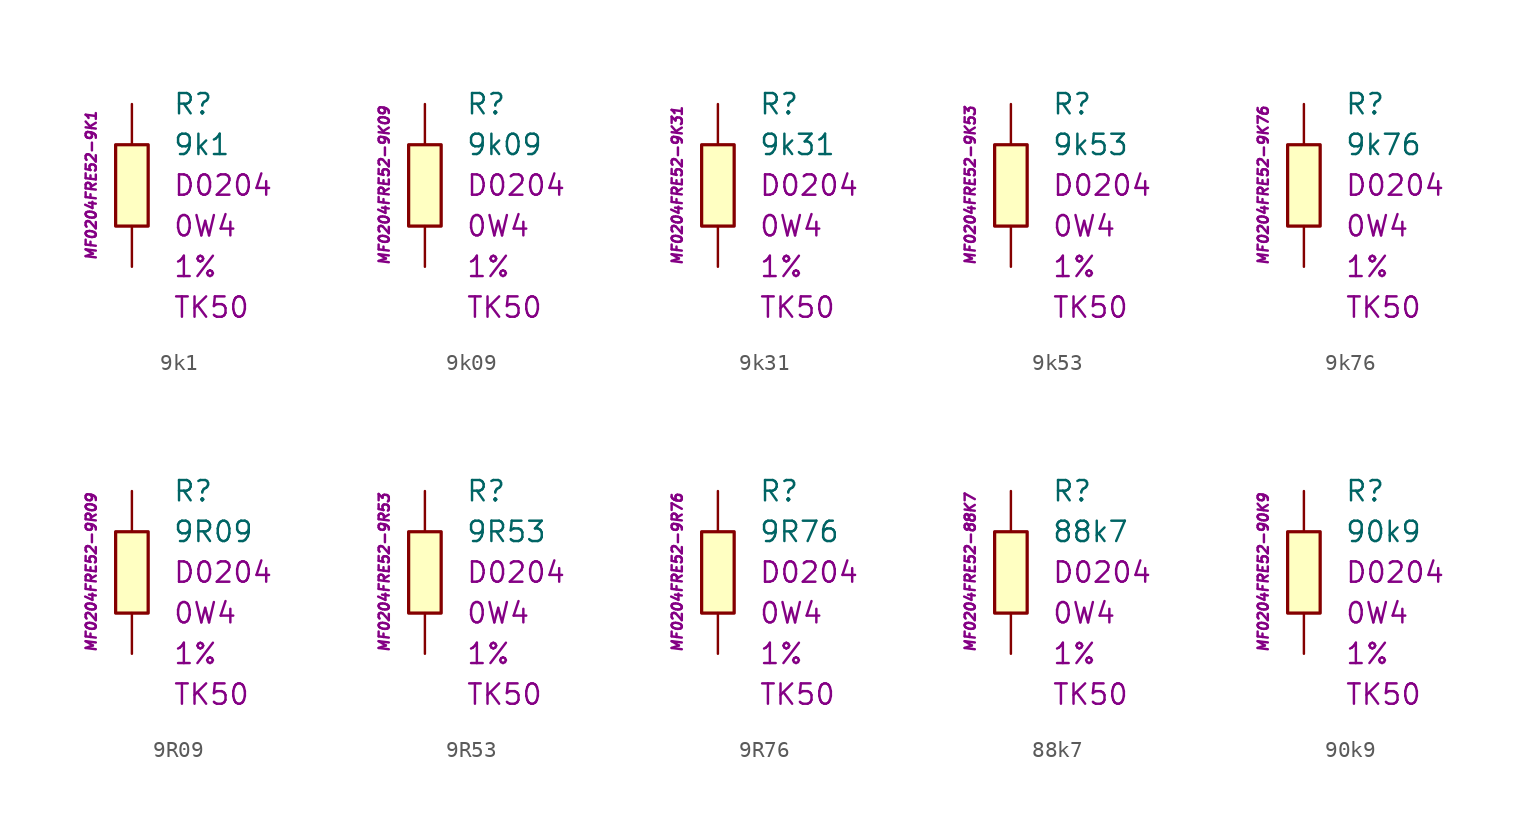
<source format=kicad_sym>
(kicad_symbol_lib
  (version 20201005)
  (generator kicad_symbol_editor)
  (symbol "9k1"
    (pin_numbers hide)
    (pin_names
      (offset 1.016) hide)
    (property "Reference" "R"
      (at 2.54 5.08 0)
      (effects (font (size 1.27 1.27)) (justify left)))
    (property "Value" "9k1"
      (at 2.54 2.54 0)
      (effects (font (size 1.27 1.27)) (justify left)))
    (property "Package" "D0204"
      (at 2.54 0 0)
      (effects (font (size 1.27 1.27)) (justify left)))
    (property "Power" "0W4"
      (at 2.54 -2.54 0)
      (effects (font (size 1.27 1.27)) (justify left)))
    (property "Tolerance" "1%"
      (at 2.54 -5.08 0)
      (effects (font (size 1.27 1.27)) (justify left)))
    (property "TK" "TK50"
      (at 2.54 -7.62 0)
      (effects (font (size 1.27 1.27)) (justify left)))
    (property "ID" "MF0204FRE52-9K1"
      (at -2.54 0 90)
      (effects (font (size 0.635 0.635) italic)))
    (symbol "9k1_0_1"
      (rectangle (start -1.016 2.54) (end 1.016 -2.54) (stroke (width 0.203)) (fill (type background))))
    (symbol "9k1_1_1"
      (pin passive line (at 0 5.08 270) (length 2.54) (name "~" (effects (font (size 1.778 1.778)))) (number "1" (effects (font (size 1.778 1.778)))))
      (pin passive line (at 0 -5.08 90) (length 2.54) (name "~" (effects (font (size 1.778 1.778)))) (number "2" (effects (font (size 1.778 1.778)))))))
  (symbol "9k09"
    (pin_numbers hide)
    (pin_names
      (offset 1.016) hide)
    (property "Reference" "R"
      (at 2.54 5.08 0)
      (effects (font (size 1.27 1.27)) (justify left)))
    (property "Value" "9k09"
      (at 2.54 2.54 0)
      (effects (font (size 1.27 1.27)) (justify left)))
    (property "Package" "D0204"
      (at 2.54 0 0)
      (effects (font (size 1.27 1.27)) (justify left)))
    (property "Power" "0W4"
      (at 2.54 -2.54 0)
      (effects (font (size 1.27 1.27)) (justify left)))
    (property "Tolerance" "1%"
      (at 2.54 -5.08 0)
      (effects (font (size 1.27 1.27)) (justify left)))
    (property "TK" "TK50"
      (at 2.54 -7.62 0)
      (effects (font (size 1.27 1.27)) (justify left)))
    (property "ID" "MF0204FRE52-9K09"
      (at -2.54 0 90)
      (effects (font (size 0.635 0.635) italic)))
    (symbol "9k09_0_1"
      (rectangle (start -1.016 2.54) (end 1.016 -2.54) (stroke (width 0.203)) (fill (type background))))
    (symbol "9k09_1_1"
      (pin passive line (at 0 5.08 270) (length 2.54) (name "~" (effects (font (size 1.778 1.778)))) (number "1" (effects (font (size 1.778 1.778)))))
      (pin passive line (at 0 -5.08 90) (length 2.54) (name "~" (effects (font (size 1.778 1.778)))) (number "2" (effects (font (size 1.778 1.778)))))))
  (symbol "9k31"
    (pin_numbers hide)
    (pin_names
      (offset 1.016) hide)
    (property "Reference" "R"
      (at 2.54 5.08 0)
      (effects (font (size 1.27 1.27)) (justify left)))
    (property "Value" "9k31"
      (at 2.54 2.54 0)
      (effects (font (size 1.27 1.27)) (justify left)))
    (property "Package" "D0204"
      (at 2.54 0 0)
      (effects (font (size 1.27 1.27)) (justify left)))
    (property "Power" "0W4"
      (at 2.54 -2.54 0)
      (effects (font (size 1.27 1.27)) (justify left)))
    (property "Tolerance" "1%"
      (at 2.54 -5.08 0)
      (effects (font (size 1.27 1.27)) (justify left)))
    (property "TK" "TK50"
      (at 2.54 -7.62 0)
      (effects (font (size 1.27 1.27)) (justify left)))
    (property "ID" "MF0204FRE52-9K31"
      (at -2.54 0 90)
      (effects (font (size 0.635 0.635) italic)))
    (symbol "9k31_0_1"
      (rectangle (start -1.016 2.54) (end 1.016 -2.54) (stroke (width 0.203)) (fill (type background))))
    (symbol "9k31_1_1"
      (pin passive line (at 0 5.08 270) (length 2.54) (name "~" (effects (font (size 1.778 1.778)))) (number "1" (effects (font (size 1.778 1.778)))))
      (pin passive line (at 0 -5.08 90) (length 2.54) (name "~" (effects (font (size 1.778 1.778)))) (number "2" (effects (font (size 1.778 1.778)))))))
  (symbol "9k53"
    (pin_numbers hide)
    (pin_names
      (offset 1.016) hide)
    (property "Reference" "R"
      (at 2.54 5.08 0)
      (effects (font (size 1.27 1.27)) (justify left)))
    (property "Value" "9k53"
      (at 2.54 2.54 0)
      (effects (font (size 1.27 1.27)) (justify left)))
    (property "Package" "D0204"
      (at 2.54 0 0)
      (effects (font (size 1.27 1.27)) (justify left)))
    (property "Power" "0W4"
      (at 2.54 -2.54 0)
      (effects (font (size 1.27 1.27)) (justify left)))
    (property "Tolerance" "1%"
      (at 2.54 -5.08 0)
      (effects (font (size 1.27 1.27)) (justify left)))
    (property "TK" "TK50"
      (at 2.54 -7.62 0)
      (effects (font (size 1.27 1.27)) (justify left)))
    (property "ID" "MF0204FRE52-9K53"
      (at -2.54 0 90)
      (effects (font (size 0.635 0.635) italic)))
    (symbol "9k53_0_1"
      (rectangle (start -1.016 2.54) (end 1.016 -2.54) (stroke (width 0.203)) (fill (type background))))
    (symbol "9k53_1_1"
      (pin passive line (at 0 5.08 270) (length 2.54) (name "~" (effects (font (size 1.778 1.778)))) (number "1" (effects (font (size 1.778 1.778)))))
      (pin passive line (at 0 -5.08 90) (length 2.54) (name "~" (effects (font (size 1.778 1.778)))) (number "2" (effects (font (size 1.778 1.778)))))))
  (symbol "9k76"
    (pin_numbers hide)
    (pin_names
      (offset 1.016) hide)
    (property "Reference" "R"
      (at 2.54 5.08 0)
      (effects (font (size 1.27 1.27)) (justify left)))
    (property "Value" "9k76"
      (at 2.54 2.54 0)
      (effects (font (size 1.27 1.27)) (justify left)))
    (property "Package" "D0204"
      (at 2.54 0 0)
      (effects (font (size 1.27 1.27)) (justify left)))
    (property "Power" "0W4"
      (at 2.54 -2.54 0)
      (effects (font (size 1.27 1.27)) (justify left)))
    (property "Tolerance" "1%"
      (at 2.54 -5.08 0)
      (effects (font (size 1.27 1.27)) (justify left)))
    (property "TK" "TK50"
      (at 2.54 -7.62 0)
      (effects (font (size 1.27 1.27)) (justify left)))
    (property "ID" "MF0204FRE52-9K76"
      (at -2.54 0 90)
      (effects (font (size 0.635 0.635) italic)))
    (symbol "9k76_0_1"
      (rectangle (start -1.016 2.54) (end 1.016 -2.54) (stroke (width 0.203)) (fill (type background))))
    (symbol "9k76_1_1"
      (pin passive line (at 0 5.08 270) (length 2.54) (name "~" (effects (font (size 1.778 1.778)))) (number "1" (effects (font (size 1.778 1.778)))))
      (pin passive line (at 0 -5.08 90) (length 2.54) (name "~" (effects (font (size 1.778 1.778)))) (number "2" (effects (font (size 1.778 1.778)))))))
  (symbol "9R09"
    (pin_numbers hide)
    (pin_names
      (offset 1.016) hide)
    (property "Reference" "R"
      (at 2.54 5.08 0)
      (effects (font (size 1.27 1.27)) (justify left)))
    (property "Value" "9R09"
      (at 2.54 2.54 0)
      (effects (font (size 1.27 1.27)) (justify left)))
    (property "Package" "D0204"
      (at 2.54 0 0)
      (effects (font (size 1.27 1.27)) (justify left)))
    (property "Power" "0W4"
      (at 2.54 -2.54 0)
      (effects (font (size 1.27 1.27)) (justify left)))
    (property "Tolerance" "1%"
      (at 2.54 -5.08 0)
      (effects (font (size 1.27 1.27)) (justify left)))
    (property "TK" "TK50"
      (at 2.54 -7.62 0)
      (effects (font (size 1.27 1.27)) (justify left)))
    (property "ID" "MF0204FRE52-9R09"
      (at -2.54 0 90)
      (effects (font (size 0.635 0.635) italic)))
    (symbol "9R09_0_1"
      (rectangle (start -1.016 2.54) (end 1.016 -2.54) (stroke (width 0.203)) (fill (type background))))
    (symbol "9R09_1_1"
      (pin passive line (at 0 5.08 270) (length 2.54) (name "~" (effects (font (size 1.778 1.778)))) (number "1" (effects (font (size 1.778 1.778)))))
      (pin passive line (at 0 -5.08 90) (length 2.54) (name "~" (effects (font (size 1.778 1.778)))) (number "2" (effects (font (size 1.778 1.778)))))))
  (symbol "9R53"
    (pin_numbers hide)
    (pin_names
      (offset 1.016) hide)
    (property "Reference" "R"
      (at 2.54 5.08 0)
      (effects (font (size 1.27 1.27)) (justify left)))
    (property "Value" "9R53"
      (at 2.54 2.54 0)
      (effects (font (size 1.27 1.27)) (justify left)))
    (property "Package" "D0204"
      (at 2.54 0 0)
      (effects (font (size 1.27 1.27)) (justify left)))
    (property "Power" "0W4"
      (at 2.54 -2.54 0)
      (effects (font (size 1.27 1.27)) (justify left)))
    (property "Tolerance" "1%"
      (at 2.54 -5.08 0)
      (effects (font (size 1.27 1.27)) (justify left)))
    (property "TK" "TK50"
      (at 2.54 -7.62 0)
      (effects (font (size 1.27 1.27)) (justify left)))
    (property "ID" "MF0204FRE52-9R53"
      (at -2.54 0 90)
      (effects (font (size 0.635 0.635) italic)))
    (symbol "9R53_0_1"
      (rectangle (start -1.016 2.54) (end 1.016 -2.54) (stroke (width 0.203)) (fill (type background))))
    (symbol "9R53_1_1"
      (pin passive line (at 0 5.08 270) (length 2.54) (name "~" (effects (font (size 1.778 1.778)))) (number "1" (effects (font (size 1.778 1.778)))))
      (pin passive line (at 0 -5.08 90) (length 2.54) (name "~" (effects (font (size 1.778 1.778)))) (number "2" (effects (font (size 1.778 1.778)))))))
  (symbol "9R76"
    (pin_numbers hide)
    (pin_names
      (offset 1.016) hide)
    (property "Reference" "R"
      (at 2.54 5.08 0)
      (effects (font (size 1.27 1.27)) (justify left)))
    (property "Value" "9R76"
      (at 2.54 2.54 0)
      (effects (font (size 1.27 1.27)) (justify left)))
    (property "Package" "D0204"
      (at 2.54 0 0)
      (effects (font (size 1.27 1.27)) (justify left)))
    (property "Power" "0W4"
      (at 2.54 -2.54 0)
      (effects (font (size 1.27 1.27)) (justify left)))
    (property "Tolerance" "1%"
      (at 2.54 -5.08 0)
      (effects (font (size 1.27 1.27)) (justify left)))
    (property "TK" "TK50"
      (at 2.54 -7.62 0)
      (effects (font (size 1.27 1.27)) (justify left)))
    (property "ID" "MF0204FRE52-9R76"
      (at -2.54 0 90)
      (effects (font (size 0.635 0.635) italic)))
    (symbol "9R76_0_1"
      (rectangle (start -1.016 2.54) (end 1.016 -2.54) (stroke (width 0.203)) (fill (type background))))
    (symbol "9R76_1_1"
      (pin passive line (at 0 5.08 270) (length 2.54) (name "~" (effects (font (size 1.778 1.778)))) (number "1" (effects (font (size 1.778 1.778)))))
      (pin passive line (at 0 -5.08 90) (length 2.54) (name "~" (effects (font (size 1.778 1.778)))) (number "2" (effects (font (size 1.778 1.778)))))))
  (symbol "88k7"
    (pin_numbers hide)
    (pin_names
      (offset 1.016) hide)
    (property "Reference" "R"
      (at 2.54 5.08 0)
      (effects (font (size 1.27 1.27)) (justify left)))
    (property "Value" "88k7"
      (at 2.54 2.54 0)
      (effects (font (size 1.27 1.27)) (justify left)))
    (property "Package" "D0204"
      (at 2.54 0 0)
      (effects (font (size 1.27 1.27)) (justify left)))
    (property "Power" "0W4"
      (at 2.54 -2.54 0)
      (effects (font (size 1.27 1.27)) (justify left)))
    (property "Tolerance" "1%"
      (at 2.54 -5.08 0)
      (effects (font (size 1.27 1.27)) (justify left)))
    (property "TK" "TK50"
      (at 2.54 -7.62 0)
      (effects (font (size 1.27 1.27)) (justify left)))
    (property "ID" "MF0204FRE52-88K7"
      (at -2.54 0 90)
      (effects (font (size 0.635 0.635) italic)))
    (symbol "88k7_0_1"
      (rectangle (start -1.016 2.54) (end 1.016 -2.54) (stroke (width 0.203)) (fill (type background))))
    (symbol "88k7_1_1"
      (pin passive line (at 0 5.08 270) (length 2.54) (name "~" (effects (font (size 1.778 1.778)))) (number "1" (effects (font (size 1.778 1.778)))))
      (pin passive line (at 0 -5.08 90) (length 2.54) (name "~" (effects (font (size 1.778 1.778)))) (number "2" (effects (font (size 1.778 1.778)))))))
  (symbol "90k9"
    (pin_numbers hide)
    (pin_names
      (offset 1.016) hide)
    (property "Reference" "R"
      (at 2.54 5.08 0)
      (effects (font (size 1.27 1.27)) (justify left)))
    (property "Value" "90k9"
      (at 2.54 2.54 0)
      (effects (font (size 1.27 1.27)) (justify left)))
    (property "Package" "D0204"
      (at 2.54 0 0)
      (effects (font (size 1.27 1.27)) (justify left)))
    (property "Power" "0W4"
      (at 2.54 -2.54 0)
      (effects (font (size 1.27 1.27)) (justify left)))
    (property "Tolerance" "1%"
      (at 2.54 -5.08 0)
      (effects (font (size 1.27 1.27)) (justify left)))
    (property "TK" "TK50"
      (at 2.54 -7.62 0)
      (effects (font (size 1.27 1.27)) (justify left)))
    (property "ID" "MF0204FRE52-90K9"
      (at -2.54 0 90)
      (effects (font (size 0.635 0.635) italic)))
    (symbol "90k9_0_1"
      (rectangle (start -1.016 2.54) (end 1.016 -2.54) (stroke (width 0.203)) (fill (type background))))
    (symbol "90k9_1_1"
      (pin passive line (at 0 5.08 270) (length 2.54) (name "~" (effects (font (size 1.778 1.778)))) (number "1" (effects (font (size 1.778 1.778)))))
      (pin passive line (at 0 -5.08 90) (length 2.54) (name "~" (effects (font (size 1.778 1.778)))) (number "2" (effects (font (size 1.778 1.778))))))))
</source>
